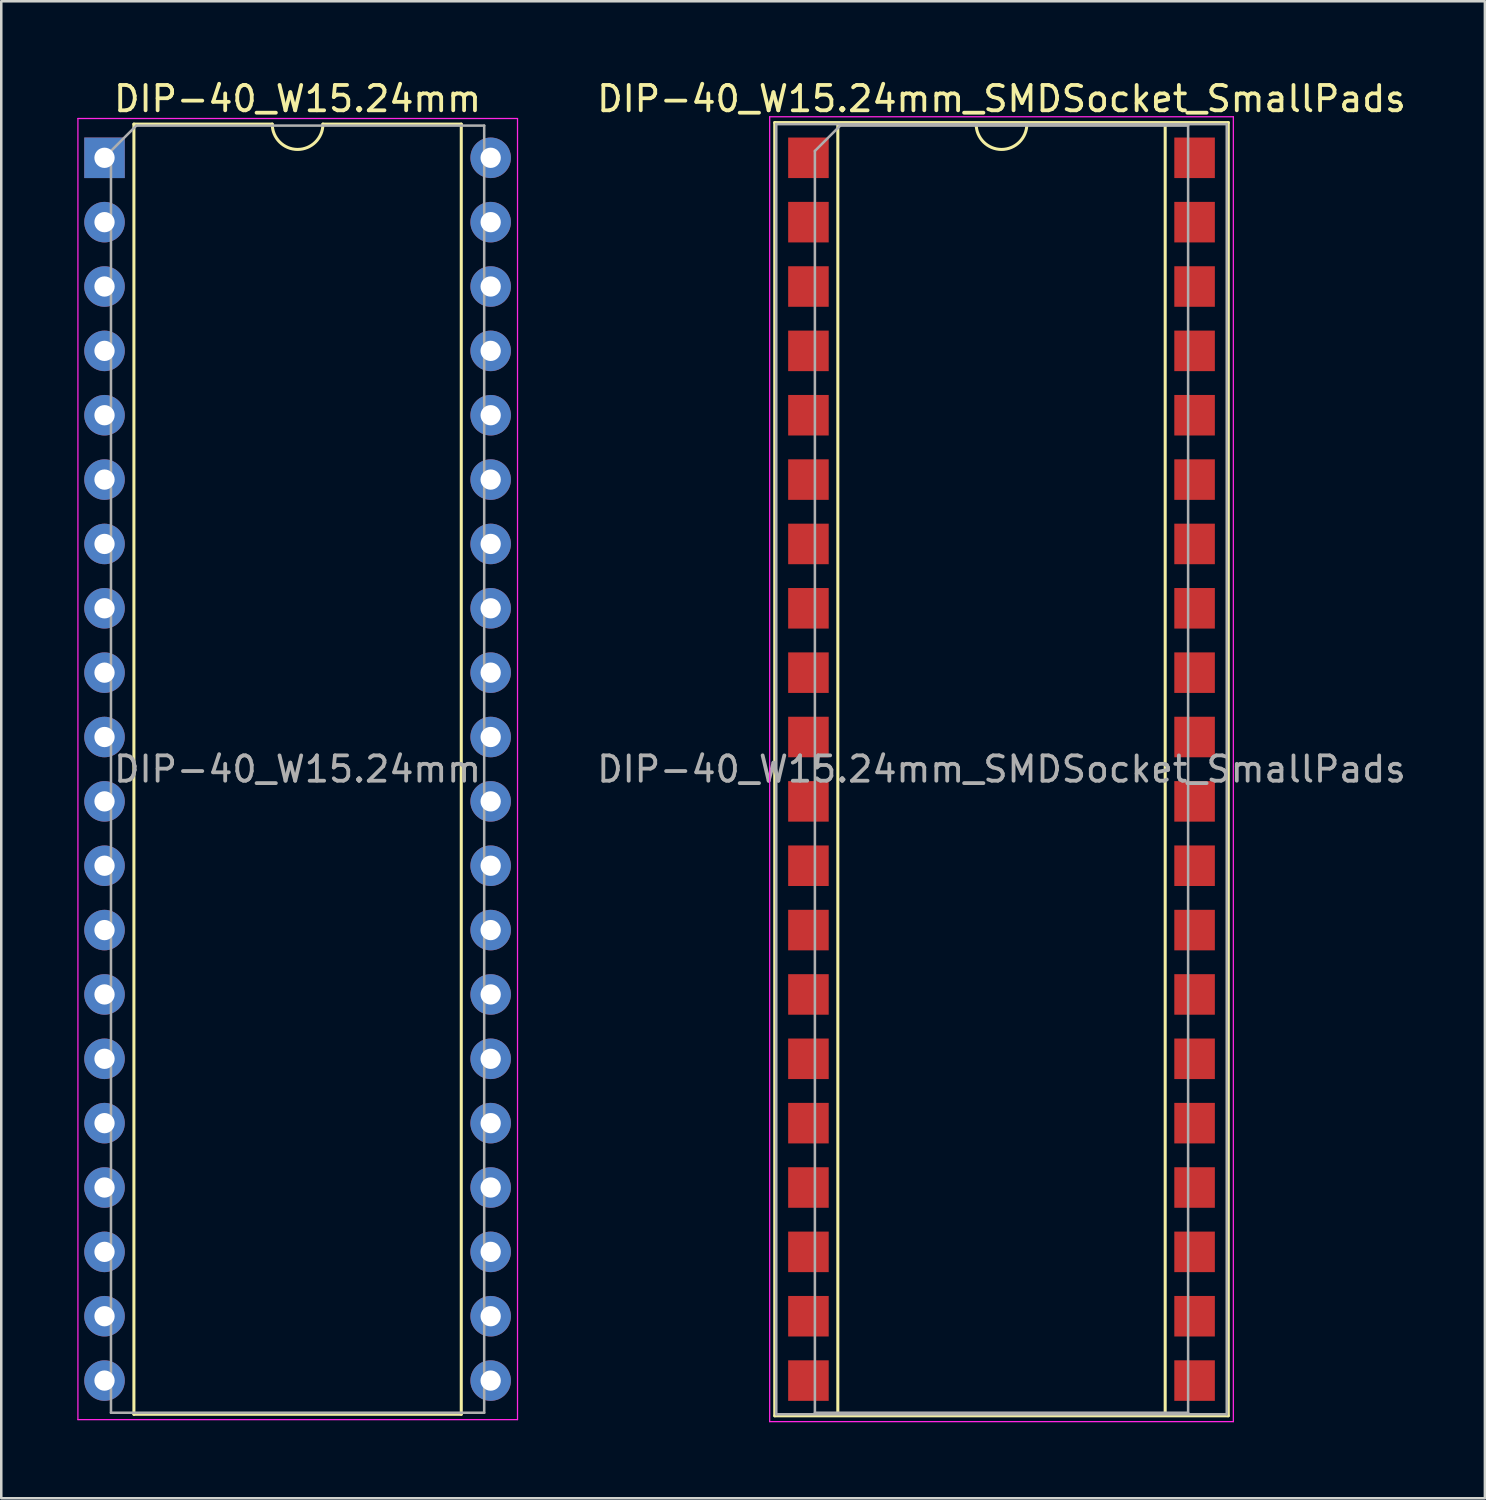
<source format=kicad_pcb>
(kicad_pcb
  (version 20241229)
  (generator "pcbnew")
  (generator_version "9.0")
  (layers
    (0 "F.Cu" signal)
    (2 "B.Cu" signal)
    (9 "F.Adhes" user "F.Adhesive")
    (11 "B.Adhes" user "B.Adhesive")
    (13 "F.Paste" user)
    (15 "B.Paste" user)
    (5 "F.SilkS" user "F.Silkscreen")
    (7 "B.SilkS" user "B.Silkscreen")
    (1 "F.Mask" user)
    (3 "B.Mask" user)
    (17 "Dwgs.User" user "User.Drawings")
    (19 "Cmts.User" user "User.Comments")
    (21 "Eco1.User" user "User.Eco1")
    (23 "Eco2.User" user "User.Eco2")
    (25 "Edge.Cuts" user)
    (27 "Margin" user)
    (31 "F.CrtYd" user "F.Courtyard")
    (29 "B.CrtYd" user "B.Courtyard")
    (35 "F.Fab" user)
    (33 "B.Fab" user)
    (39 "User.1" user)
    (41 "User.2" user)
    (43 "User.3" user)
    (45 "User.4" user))
  (footprint "DIP-40_W15.24mm_SMDSocket_SmallPads"
    (layer "F.Cu")
    (at 36.477 27.308)
    (property "Reference" "DIP-40_W15.24mm_SMDSocket_SmallPads" (at 0 -26.46 0) (layer "F.SilkS") (effects (font (size 1 1) (thickness 0.15))))
    (attr smd)
    (fp_line (start -8.95 -25.52) (end -8.95 25.52) (stroke (width 0.12) (type solid)) (layer "F.SilkS"))
    (fp_line (start -8.95 25.52) (end 8.95 25.52) (stroke (width 0.12) (type solid)) (layer "F.SilkS"))
    (fp_line (start -6.46 -25.46) (end -6.46 25.46) (stroke (width 0.12) (type solid)) (layer "F.SilkS"))
    (fp_line (start -6.46 25.46) (end 6.46 25.46) (stroke (width 0.12) (type solid)) (layer "F.SilkS"))
    (fp_line (start -1 -25.46) (end -6.46 -25.46) (stroke (width 0.12) (type solid)) (layer "F.SilkS"))
    (fp_line (start 6.46 -25.46) (end 1 -25.46) (stroke (width 0.12) (type solid)) (layer "F.SilkS"))
    (fp_line (start 6.46 25.46) (end 6.46 -25.46) (stroke (width 0.12) (type solid)) (layer "F.SilkS"))
    (fp_line (start 8.95 -25.52) (end -8.95 -25.52) (stroke (width 0.12) (type solid)) (layer "F.SilkS"))
    (fp_line (start 8.95 25.52) (end 8.95 -25.52) (stroke (width 0.12) (type solid)) (layer "F.SilkS"))
    (fp_arc (start 1 -25.46) (mid 0 -24.46) (end -1 -25.46) (stroke (width 0.12) (type solid)) (layer "F.SilkS"))
    (fp_line (start -9.15 -25.75) (end -9.15 25.75) (stroke (width 0.05) (type solid)) (layer "F.CrtYd"))
    (fp_line (start -9.15 25.75) (end 9.15 25.75) (stroke (width 0.05) (type solid)) (layer "F.CrtYd"))
    (fp_line (start 9.15 -25.75) (end -9.15 -25.75) (stroke (width 0.05) (type solid)) (layer "F.CrtYd"))
    (fp_line (start 9.15 25.75) (end 9.15 -25.75) (stroke (width 0.05) (type solid)) (layer "F.CrtYd"))
    (fp_line (start -8.89 -25.46) (end -8.89 25.46) (stroke (width 0.1) (type solid)) (layer "F.Fab"))
    (fp_line (start -8.89 25.46) (end 8.89 25.46) (stroke (width 0.1) (type solid)) (layer "F.Fab"))
    (fp_line (start -7.365 -24.4) (end -6.365 -25.4) (stroke (width 0.1) (type solid)) (layer "F.Fab"))
    (fp_line (start -7.365 25.4) (end -7.365 -24.4) (stroke (width 0.1) (type solid)) (layer "F.Fab"))
    (fp_line (start -6.365 -25.4) (end 7.365 -25.4) (stroke (width 0.1) (type solid)) (layer "F.Fab"))
    (fp_line (start 7.365 -25.4) (end 7.365 25.4) (stroke (width 0.1) (type solid)) (layer "F.Fab"))
    (fp_line (start 7.365 25.4) (end -7.365 25.4) (stroke (width 0.1) (type solid)) (layer "F.Fab"))
    (fp_line (start 8.89 -25.46) (end -8.89 -25.46) (stroke (width 0.1) (type solid)) (layer "F.Fab"))
    (fp_line (start 8.89 25.46) (end 8.89 -25.46) (stroke (width 0.1) (type solid)) (layer "F.Fab"))
    (fp_text user "${REFERENCE}" (at 0 0 0) (layer "F.Fab") (effects (font (size 1 1) (thickness 0.15))))
    (pad "1" smd rect (at -7.62 -24.13) (size 1.6 1.6) (layers "F.Cu" "F.Mask" "F.Paste"))
    (pad "2" smd rect (at -7.62 -21.59) (size 1.6 1.6) (layers "F.Cu" "F.Mask" "F.Paste"))
    (pad "3" smd rect (at -7.62 -19.05) (size 1.6 1.6) (layers "F.Cu" "F.Mask" "F.Paste"))
    (pad "4" smd rect (at -7.62 -16.51) (size 1.6 1.6) (layers "F.Cu" "F.Mask" "F.Paste"))
    (pad "5" smd rect (at -7.62 -13.97) (size 1.6 1.6) (layers "F.Cu" "F.Mask" "F.Paste"))
    (pad "6" smd rect (at -7.62 -11.43) (size 1.6 1.6) (layers "F.Cu" "F.Mask" "F.Paste"))
    (pad "7" smd rect (at -7.62 -8.89) (size 1.6 1.6) (layers "F.Cu" "F.Mask" "F.Paste"))
    (pad "8" smd rect (at -7.62 -6.35) (size 1.6 1.6) (layers "F.Cu" "F.Mask" "F.Paste"))
    (pad "9" smd rect (at -7.62 -3.81) (size 1.6 1.6) (layers "F.Cu" "F.Mask" "F.Paste"))
    (pad "10" smd rect (at -7.62 -1.27) (size 1.6 1.6) (layers "F.Cu" "F.Mask" "F.Paste"))
    (pad "11" smd rect (at -7.62 1.27) (size 1.6 1.6) (layers "F.Cu" "F.Mask" "F.Paste"))
    (pad "12" smd rect (at -7.62 3.81) (size 1.6 1.6) (layers "F.Cu" "F.Mask" "F.Paste"))
    (pad "13" smd rect (at -7.62 6.35) (size 1.6 1.6) (layers "F.Cu" "F.Mask" "F.Paste"))
    (pad "14" smd rect (at -7.62 8.89) (size 1.6 1.6) (layers "F.Cu" "F.Mask" "F.Paste"))
    (pad "15" smd rect (at -7.62 11.43) (size 1.6 1.6) (layers "F.Cu" "F.Mask" "F.Paste"))
    (pad "16" smd rect (at -7.62 13.97) (size 1.6 1.6) (layers "F.Cu" "F.Mask" "F.Paste"))
    (pad "17" smd rect (at -7.62 16.51) (size 1.6 1.6) (layers "F.Cu" "F.Mask" "F.Paste"))
    (pad "18" smd rect (at -7.62 19.05) (size 1.6 1.6) (layers "F.Cu" "F.Mask" "F.Paste"))
    (pad "19" smd rect (at -7.62 21.59) (size 1.6 1.6) (layers "F.Cu" "F.Mask" "F.Paste"))
    (pad "20" smd rect (at -7.62 24.13) (size 1.6 1.6) (layers "F.Cu" "F.Mask" "F.Paste"))
    (pad "21" smd rect (at 7.62 24.13) (size 1.6 1.6) (layers "F.Cu" "F.Mask" "F.Paste"))
    (pad "22" smd rect (at 7.62 21.59) (size 1.6 1.6) (layers "F.Cu" "F.Mask" "F.Paste"))
    (pad "23" smd rect (at 7.62 19.05) (size 1.6 1.6) (layers "F.Cu" "F.Mask" "F.Paste"))
    (pad "24" smd rect (at 7.62 16.51) (size 1.6 1.6) (layers "F.Cu" "F.Mask" "F.Paste"))
    (pad "25" smd rect (at 7.62 13.97) (size 1.6 1.6) (layers "F.Cu" "F.Mask" "F.Paste"))
    (pad "26" smd rect (at 7.62 11.43) (size 1.6 1.6) (layers "F.Cu" "F.Mask" "F.Paste"))
    (pad "27" smd rect (at 7.62 8.89) (size 1.6 1.6) (layers "F.Cu" "F.Mask" "F.Paste"))
    (pad "28" smd rect (at 7.62 6.35) (size 1.6 1.6) (layers "F.Cu" "F.Mask" "F.Paste"))
    (pad "29" smd rect (at 7.62 3.81) (size 1.6 1.6) (layers "F.Cu" "F.Mask" "F.Paste"))
    (pad "30" smd rect (at 7.62 1.27) (size 1.6 1.6) (layers "F.Cu" "F.Mask" "F.Paste"))
    (pad "31" smd rect (at 7.62 -1.27) (size 1.6 1.6) (layers "F.Cu" "F.Mask" "F.Paste"))
    (pad "32" smd rect (at 7.62 -3.81) (size 1.6 1.6) (layers "F.Cu" "F.Mask" "F.Paste"))
    (pad "33" smd rect (at 7.62 -6.35) (size 1.6 1.6) (layers "F.Cu" "F.Mask" "F.Paste"))
    (pad "34" smd rect (at 7.62 -8.89) (size 1.6 1.6) (layers "F.Cu" "F.Mask" "F.Paste"))
    (pad "35" smd rect (at 7.62 -11.43) (size 1.6 1.6) (layers "F.Cu" "F.Mask" "F.Paste"))
    (pad "36" smd rect (at 7.62 -13.97) (size 1.6 1.6) (layers "F.Cu" "F.Mask" "F.Paste"))
    (pad "37" smd rect (at 7.62 -16.51) (size 1.6 1.6) (layers "F.Cu" "F.Mask" "F.Paste"))
    (pad "38" smd rect (at 7.62 -19.05) (size 1.6 1.6) (layers "F.Cu" "F.Mask" "F.Paste"))
    (pad "39" smd rect (at 7.62 -21.59) (size 1.6 1.6) (layers "F.Cu" "F.Mask" "F.Paste"))
    (pad "40" smd rect (at 7.62 -24.13) (size 1.6 1.6) (layers "F.Cu" "F.Mask" "F.Paste")))
  (footprint "DIP-40_W15.24mm"
    (layer "F.Cu")
    (at 1.075 3.178)
    (property "Reference" "DIP-40_W15.24mm" (at 7.62 -2.33 0) (layer "F.SilkS") (effects (font (size 1 1) (thickness 0.15))))
    (attr through_hole)
    (fp_line (start 1.16 -1.33) (end 1.16 49.59) (stroke (width 0.12) (type solid)) (layer "F.SilkS"))
    (fp_line (start 1.16 49.59) (end 14.08 49.59) (stroke (width 0.12) (type solid)) (layer "F.SilkS"))
    (fp_line (start 6.62 -1.33) (end 1.16 -1.33) (stroke (width 0.12) (type solid)) (layer "F.SilkS"))
    (fp_line (start 14.08 -1.33) (end 8.62 -1.33) (stroke (width 0.12) (type solid)) (layer "F.SilkS"))
    (fp_line (start 14.08 49.59) (end 14.08 -1.33) (stroke (width 0.12) (type solid)) (layer "F.SilkS"))
    (fp_arc (start 8.62 -1.33) (mid 7.62 -0.33) (end 6.62 -1.33) (stroke (width 0.12) (type solid)) (layer "F.SilkS"))
    (fp_line (start -1.05 -1.55) (end -1.05 49.8) (stroke (width 0.05) (type solid)) (layer "F.CrtYd"))
    (fp_line (start -1.05 49.8) (end 16.3 49.8) (stroke (width 0.05) (type solid)) (layer "F.CrtYd"))
    (fp_line (start 16.3 -1.55) (end -1.05 -1.55) (stroke (width 0.05) (type solid)) (layer "F.CrtYd"))
    (fp_line (start 16.3 49.8) (end 16.3 -1.55) (stroke (width 0.05) (type solid)) (layer "F.CrtYd"))
    (fp_line (start 0.255 -0.27) (end 1.255 -1.27) (stroke (width 0.1) (type solid)) (layer "F.Fab"))
    (fp_line (start 0.255 49.53) (end 0.255 -0.27) (stroke (width 0.1) (type solid)) (layer "F.Fab"))
    (fp_line (start 1.255 -1.27) (end 14.985 -1.27) (stroke (width 0.1) (type solid)) (layer "F.Fab"))
    (fp_line (start 14.985 -1.27) (end 14.985 49.53) (stroke (width 0.1) (type solid)) (layer "F.Fab"))
    (fp_line (start 14.985 49.53) (end 0.255 49.53) (stroke (width 0.1) (type solid)) (layer "F.Fab"))
    (fp_text user "${REFERENCE}" (at 7.62 24.13 0) (layer "F.Fab") (effects (font (size 1 1) (thickness 0.15))))
    (pad "1" thru_hole rect (at 0 0) (size 1.6 1.6) (drill 0.8) (layers "*.Cu" "*.Mask"))
    (pad "2" thru_hole oval (at 0 2.54) (size 1.6 1.6) (drill 0.8) (layers "*.Cu" "*.Mask"))
    (pad "3" thru_hole oval (at 0 5.08) (size 1.6 1.6) (drill 0.8) (layers "*.Cu" "*.Mask"))
    (pad "4" thru_hole oval (at 0 7.62) (size 1.6 1.6) (drill 0.8) (layers "*.Cu" "*.Mask"))
    (pad "5" thru_hole oval (at 0 10.16) (size 1.6 1.6) (drill 0.8) (layers "*.Cu" "*.Mask"))
    (pad "6" thru_hole oval (at 0 12.7) (size 1.6 1.6) (drill 0.8) (layers "*.Cu" "*.Mask"))
    (pad "7" thru_hole oval (at 0 15.24) (size 1.6 1.6) (drill 0.8) (layers "*.Cu" "*.Mask"))
    (pad "8" thru_hole oval (at 0 17.78) (size 1.6 1.6) (drill 0.8) (layers "*.Cu" "*.Mask"))
    (pad "9" thru_hole oval (at 0 20.32) (size 1.6 1.6) (drill 0.8) (layers "*.Cu" "*.Mask"))
    (pad "10" thru_hole oval (at 0 22.86) (size 1.6 1.6) (drill 0.8) (layers "*.Cu" "*.Mask"))
    (pad "11" thru_hole oval (at 0 25.4) (size 1.6 1.6) (drill 0.8) (layers "*.Cu" "*.Mask"))
    (pad "12" thru_hole oval (at 0 27.94) (size 1.6 1.6) (drill 0.8) (layers "*.Cu" "*.Mask"))
    (pad "13" thru_hole oval (at 0 30.48) (size 1.6 1.6) (drill 0.8) (layers "*.Cu" "*.Mask"))
    (pad "14" thru_hole oval (at 0 33.02) (size 1.6 1.6) (drill 0.8) (layers "*.Cu" "*.Mask"))
    (pad "15" thru_hole oval (at 0 35.56) (size 1.6 1.6) (drill 0.8) (layers "*.Cu" "*.Mask"))
    (pad "16" thru_hole oval (at 0 38.1) (size 1.6 1.6) (drill 0.8) (layers "*.Cu" "*.Mask"))
    (pad "17" thru_hole oval (at 0 40.64) (size 1.6 1.6) (drill 0.8) (layers "*.Cu" "*.Mask"))
    (pad "18" thru_hole oval (at 0 43.18) (size 1.6 1.6) (drill 0.8) (layers "*.Cu" "*.Mask"))
    (pad "19" thru_hole oval (at 0 45.72) (size 1.6 1.6) (drill 0.8) (layers "*.Cu" "*.Mask"))
    (pad "20" thru_hole oval (at 0 48.26) (size 1.6 1.6) (drill 0.8) (layers "*.Cu" "*.Mask"))
    (pad "21" thru_hole oval (at 15.24 48.26) (size 1.6 1.6) (drill 0.8) (layers "*.Cu" "*.Mask"))
    (pad "22" thru_hole oval (at 15.24 45.72) (size 1.6 1.6) (drill 0.8) (layers "*.Cu" "*.Mask"))
    (pad "23" thru_hole oval (at 15.24 43.18) (size 1.6 1.6) (drill 0.8) (layers "*.Cu" "*.Mask"))
    (pad "24" thru_hole oval (at 15.24 40.64) (size 1.6 1.6) (drill 0.8) (layers "*.Cu" "*.Mask"))
    (pad "25" thru_hole oval (at 15.24 38.1) (size 1.6 1.6) (drill 0.8) (layers "*.Cu" "*.Mask"))
    (pad "26" thru_hole oval (at 15.24 35.56) (size 1.6 1.6) (drill 0.8) (layers "*.Cu" "*.Mask"))
    (pad "27" thru_hole oval (at 15.24 33.02) (size 1.6 1.6) (drill 0.8) (layers "*.Cu" "*.Mask"))
    (pad "28" thru_hole oval (at 15.24 30.48) (size 1.6 1.6) (drill 0.8) (layers "*.Cu" "*.Mask"))
    (pad "29" thru_hole oval (at 15.24 27.94) (size 1.6 1.6) (drill 0.8) (layers "*.Cu" "*.Mask"))
    (pad "30" thru_hole oval (at 15.24 25.4) (size 1.6 1.6) (drill 0.8) (layers "*.Cu" "*.Mask"))
    (pad "31" thru_hole oval (at 15.24 22.86) (size 1.6 1.6) (drill 0.8) (layers "*.Cu" "*.Mask"))
    (pad "32" thru_hole oval (at 15.24 20.32) (size 1.6 1.6) (drill 0.8) (layers "*.Cu" "*.Mask"))
    (pad "33" thru_hole oval (at 15.24 17.78) (size 1.6 1.6) (drill 0.8) (layers "*.Cu" "*.Mask"))
    (pad "34" thru_hole oval (at 15.24 15.24) (size 1.6 1.6) (drill 0.8) (layers "*.Cu" "*.Mask"))
    (pad "35" thru_hole oval (at 15.24 12.7) (size 1.6 1.6) (drill 0.8) (layers "*.Cu" "*.Mask"))
    (pad "36" thru_hole oval (at 15.24 10.16) (size 1.6 1.6) (drill 0.8) (layers "*.Cu" "*.Mask"))
    (pad "37" thru_hole oval (at 15.24 7.62) (size 1.6 1.6) (drill 0.8) (layers "*.Cu" "*.Mask"))
    (pad "38" thru_hole oval (at 15.24 5.08) (size 1.6 1.6) (drill 0.8) (layers "*.Cu" "*.Mask"))
    (pad "39" thru_hole oval (at 15.24 2.54) (size 1.6 1.6) (drill 0.8) (layers "*.Cu" "*.Mask"))
    (pad "40" thru_hole oval (at 15.24 0) (size 1.6 1.6) (drill 0.8) (layers "*.Cu" "*.Mask")))
  (gr_rect
    (start -3 -3)
    (end 55.555 56.083)
    (stroke (width 0.1) (type default))
    (fill no)
    (layer "Edge.Cuts")))
</source>
